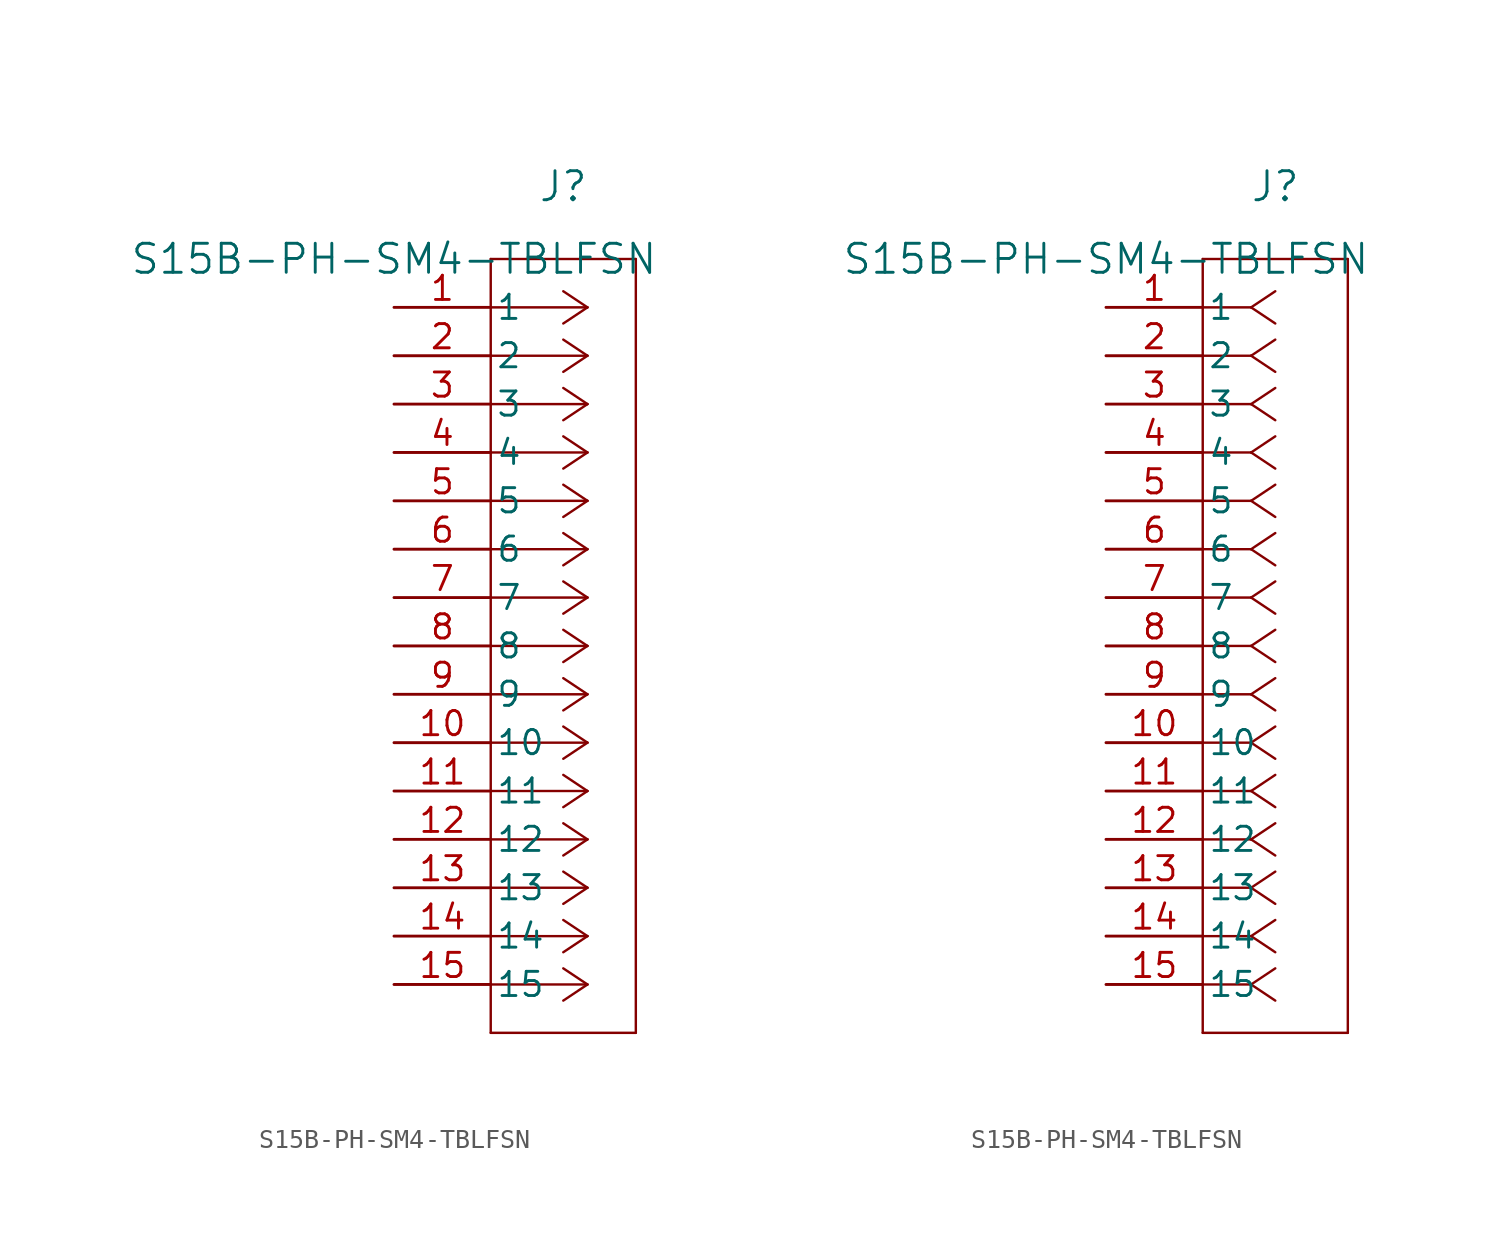
<source format=kicad_sym>
(kicad_symbol_lib
  (version 20220914)
  (generator kicad_symbol_editor)
  (symbol "S15B-PH-SM4-TBLFSN"
    (pin_names
      (offset 0.254))
    (property "Reference" "J"
      (at 8.89 6.35 0)
      (effects (font (size 1.524 1.524))))
    (property "Value" "S15B-PH-SM4-TBLFSN"
      (at 0 2.54 0)
      (effects (font (size 1.524 1.524))))
    (property "ki_locked" ""
      (at 0 0 0)
      (effects (font (size 1.27 1.27))))
    (symbol "S15B-PH-SM4-TBLFSN_1_1"
      (polyline (pts (xy 5.08 -38.1) (xy 12.7 -38.1)) (stroke (width 0.127) (type default)) (fill (type none)))
      (polyline (pts (xy 5.08 2.54) (xy 5.08 -38.1)) (stroke (width 0.127) (type default)) (fill (type none)))
      (polyline (pts (xy 10.16 -35.56) (xy 5.08 -35.56)) (stroke (width 0.127) (type default)) (fill (type none)))
      (polyline (pts (xy 10.16 -35.56) (xy 8.89 -36.407)) (stroke (width 0.127) (type default)) (fill (type none)))
      (polyline (pts (xy 10.16 -35.56) (xy 8.89 -34.713)) (stroke (width 0.127) (type default)) (fill (type none)))
      (polyline (pts (xy 10.16 -33.02) (xy 5.08 -33.02)) (stroke (width 0.127) (type default)) (fill (type none)))
      (polyline (pts (xy 10.16 -33.02) (xy 8.89 -33.867)) (stroke (width 0.127) (type default)) (fill (type none)))
      (polyline (pts (xy 10.16 -33.02) (xy 8.89 -32.173)) (stroke (width 0.127) (type default)) (fill (type none)))
      (polyline (pts (xy 10.16 -30.48) (xy 5.08 -30.48)) (stroke (width 0.127) (type default)) (fill (type none)))
      (polyline (pts (xy 10.16 -30.48) (xy 8.89 -31.327)) (stroke (width 0.127) (type default)) (fill (type none)))
      (polyline (pts (xy 10.16 -30.48) (xy 8.89 -29.633)) (stroke (width 0.127) (type default)) (fill (type none)))
      (polyline (pts (xy 10.16 -27.94) (xy 5.08 -27.94)) (stroke (width 0.127) (type default)) (fill (type none)))
      (polyline (pts (xy 10.16 -27.94) (xy 8.89 -28.787)) (stroke (width 0.127) (type default)) (fill (type none)))
      (polyline (pts (xy 10.16 -27.94) (xy 8.89 -27.093)) (stroke (width 0.127) (type default)) (fill (type none)))
      (polyline (pts (xy 10.16 -25.4) (xy 5.08 -25.4)) (stroke (width 0.127) (type default)) (fill (type none)))
      (polyline (pts (xy 10.16 -25.4) (xy 8.89 -26.247)) (stroke (width 0.127) (type default)) (fill (type none)))
      (polyline (pts (xy 10.16 -25.4) (xy 8.89 -24.553)) (stroke (width 0.127) (type default)) (fill (type none)))
      (polyline (pts (xy 10.16 -22.86) (xy 5.08 -22.86)) (stroke (width 0.127) (type default)) (fill (type none)))
      (polyline (pts (xy 10.16 -22.86) (xy 8.89 -23.707)) (stroke (width 0.127) (type default)) (fill (type none)))
      (polyline (pts (xy 10.16 -22.86) (xy 8.89 -22.013)) (stroke (width 0.127) (type default)) (fill (type none)))
      (polyline (pts (xy 10.16 -20.32) (xy 5.08 -20.32)) (stroke (width 0.127) (type default)) (fill (type none)))
      (polyline (pts (xy 10.16 -20.32) (xy 8.89 -21.167)) (stroke (width 0.127) (type default)) (fill (type none)))
      (polyline (pts (xy 10.16 -20.32) (xy 8.89 -19.473)) (stroke (width 0.127) (type default)) (fill (type none)))
      (polyline (pts (xy 10.16 -17.78) (xy 5.08 -17.78)) (stroke (width 0.127) (type default)) (fill (type none)))
      (polyline (pts (xy 10.16 -17.78) (xy 8.89 -18.627)) (stroke (width 0.127) (type default)) (fill (type none)))
      (polyline (pts (xy 10.16 -17.78) (xy 8.89 -16.933)) (stroke (width 0.127) (type default)) (fill (type none)))
      (polyline (pts (xy 10.16 -15.24) (xy 5.08 -15.24)) (stroke (width 0.127) (type default)) (fill (type none)))
      (polyline (pts (xy 10.16 -15.24) (xy 8.89 -16.087)) (stroke (width 0.127) (type default)) (fill (type none)))
      (polyline (pts (xy 10.16 -15.24) (xy 8.89 -14.393)) (stroke (width 0.127) (type default)) (fill (type none)))
      (polyline (pts (xy 10.16 -12.7) (xy 5.08 -12.7)) (stroke (width 0.127) (type default)) (fill (type none)))
      (polyline (pts (xy 10.16 -12.7) (xy 8.89 -13.547)) (stroke (width 0.127) (type default)) (fill (type none)))
      (polyline (pts (xy 10.16 -12.7) (xy 8.89 -11.853)) (stroke (width 0.127) (type default)) (fill (type none)))
      (polyline (pts (xy 10.16 -10.16) (xy 5.08 -10.16)) (stroke (width 0.127) (type default)) (fill (type none)))
      (polyline (pts (xy 10.16 -10.16) (xy 8.89 -11.007)) (stroke (width 0.127) (type default)) (fill (type none)))
      (polyline (pts (xy 10.16 -10.16) (xy 8.89 -9.313)) (stroke (width 0.127) (type default)) (fill (type none)))
      (polyline (pts (xy 10.16 -7.62) (xy 5.08 -7.62)) (stroke (width 0.127) (type default)) (fill (type none)))
      (polyline (pts (xy 10.16 -7.62) (xy 8.89 -8.467)) (stroke (width 0.127) (type default)) (fill (type none)))
      (polyline (pts (xy 10.16 -7.62) (xy 8.89 -6.773)) (stroke (width 0.127) (type default)) (fill (type none)))
      (polyline (pts (xy 10.16 -5.08) (xy 5.08 -5.08)) (stroke (width 0.127) (type default)) (fill (type none)))
      (polyline (pts (xy 10.16 -5.08) (xy 8.89 -5.927)) (stroke (width 0.127) (type default)) (fill (type none)))
      (polyline (pts (xy 10.16 -5.08) (xy 8.89 -4.233)) (stroke (width 0.127) (type default)) (fill (type none)))
      (polyline (pts (xy 10.16 -2.54) (xy 5.08 -2.54)) (stroke (width 0.127) (type default)) (fill (type none)))
      (polyline (pts (xy 10.16 -2.54) (xy 8.89 -3.387)) (stroke (width 0.127) (type default)) (fill (type none)))
      (polyline (pts (xy 10.16 -2.54) (xy 8.89 -1.693)) (stroke (width 0.127) (type default)) (fill (type none)))
      (polyline (pts (xy 10.16 0) (xy 5.08 0)) (stroke (width 0.127) (type default)) (fill (type none)))
      (polyline (pts (xy 10.16 0) (xy 8.89 -0.847)) (stroke (width 0.127) (type default)) (fill (type none)))
      (polyline (pts (xy 10.16 0) (xy 8.89 0.847)) (stroke (width 0.127) (type default)) (fill (type none)))
      (polyline (pts (xy 12.7 -38.1) (xy 12.7 2.54)) (stroke (width 0.127) (type default)) (fill (type none)))
      (polyline (pts (xy 12.7 2.54) (xy 5.08 2.54)) (stroke (width 0.127) (type default)) (fill (type none)))
      (pin unspecified line (at 0 0 0) (length 5.08) (name "1" (effects (font (size 1.27 1.27)))) (number "1" (effects (font (size 1.27 1.27)))))
      (pin unspecified line (at 0 -22.86 0) (length 5.08) (name "10" (effects (font (size 1.27 1.27)))) (number "10" (effects (font (size 1.27 1.27)))))
      (pin unspecified line (at 0 -25.4 0) (length 5.08) (name "11" (effects (font (size 1.27 1.27)))) (number "11" (effects (font (size 1.27 1.27)))))
      (pin unspecified line (at 0 -27.94 0) (length 5.08) (name "12" (effects (font (size 1.27 1.27)))) (number "12" (effects (font (size 1.27 1.27)))))
      (pin unspecified line (at 0 -30.48 0) (length 5.08) (name "13" (effects (font (size 1.27 1.27)))) (number "13" (effects (font (size 1.27 1.27)))))
      (pin unspecified line (at 0 -33.02 0) (length 5.08) (name "14" (effects (font (size 1.27 1.27)))) (number "14" (effects (font (size 1.27 1.27)))))
      (pin unspecified line (at 0 -35.56 0) (length 5.08) (name "15" (effects (font (size 1.27 1.27)))) (number "15" (effects (font (size 1.27 1.27)))))
      (pin unspecified line (at 0 -2.54 0) (length 5.08) (name "2" (effects (font (size 1.27 1.27)))) (number "2" (effects (font (size 1.27 1.27)))))
      (pin unspecified line (at 0 -5.08 0) (length 5.08) (name "3" (effects (font (size 1.27 1.27)))) (number "3" (effects (font (size 1.27 1.27)))))
      (pin unspecified line (at 0 -7.62 0) (length 5.08) (name "4" (effects (font (size 1.27 1.27)))) (number "4" (effects (font (size 1.27 1.27)))))
      (pin unspecified line (at 0 -10.16 0) (length 5.08) (name "5" (effects (font (size 1.27 1.27)))) (number "5" (effects (font (size 1.27 1.27)))))
      (pin unspecified line (at 0 -12.7 0) (length 5.08) (name "6" (effects (font (size 1.27 1.27)))) (number "6" (effects (font (size 1.27 1.27)))))
      (pin unspecified line (at 0 -15.24 0) (length 5.08) (name "7" (effects (font (size 1.27 1.27)))) (number "7" (effects (font (size 1.27 1.27)))))
      (pin unspecified line (at 0 -17.78 0) (length 5.08) (name "8" (effects (font (size 1.27 1.27)))) (number "8" (effects (font (size 1.27 1.27)))))
      (pin unspecified line (at 0 -20.32 0) (length 5.08) (name "9" (effects (font (size 1.27 1.27)))) (number "9" (effects (font (size 1.27 1.27))))))
    (symbol "S15B-PH-SM4-TBLFSN_1_2"
      (polyline (pts (xy 5.08 -38.1) (xy 12.7 -38.1)) (stroke (width 0.127) (type default)) (fill (type none)))
      (polyline (pts (xy 5.08 2.54) (xy 5.08 -38.1)) (stroke (width 0.127) (type default)) (fill (type none)))
      (polyline (pts (xy 7.62 -35.56) (xy 5.08 -35.56)) (stroke (width 0.127) (type default)) (fill (type none)))
      (polyline (pts (xy 7.62 -35.56) (xy 8.89 -36.407)) (stroke (width 0.127) (type default)) (fill (type none)))
      (polyline (pts (xy 7.62 -35.56) (xy 8.89 -34.713)) (stroke (width 0.127) (type default)) (fill (type none)))
      (polyline (pts (xy 7.62 -33.02) (xy 5.08 -33.02)) (stroke (width 0.127) (type default)) (fill (type none)))
      (polyline (pts (xy 7.62 -33.02) (xy 8.89 -33.867)) (stroke (width 0.127) (type default)) (fill (type none)))
      (polyline (pts (xy 7.62 -33.02) (xy 8.89 -32.173)) (stroke (width 0.127) (type default)) (fill (type none)))
      (polyline (pts (xy 7.62 -30.48) (xy 5.08 -30.48)) (stroke (width 0.127) (type default)) (fill (type none)))
      (polyline (pts (xy 7.62 -30.48) (xy 8.89 -31.327)) (stroke (width 0.127) (type default)) (fill (type none)))
      (polyline (pts (xy 7.62 -30.48) (xy 8.89 -29.633)) (stroke (width 0.127) (type default)) (fill (type none)))
      (polyline (pts (xy 7.62 -27.94) (xy 5.08 -27.94)) (stroke (width 0.127) (type default)) (fill (type none)))
      (polyline (pts (xy 7.62 -27.94) (xy 8.89 -28.787)) (stroke (width 0.127) (type default)) (fill (type none)))
      (polyline (pts (xy 7.62 -27.94) (xy 8.89 -27.093)) (stroke (width 0.127) (type default)) (fill (type none)))
      (polyline (pts (xy 7.62 -25.4) (xy 5.08 -25.4)) (stroke (width 0.127) (type default)) (fill (type none)))
      (polyline (pts (xy 7.62 -25.4) (xy 8.89 -26.247)) (stroke (width 0.127) (type default)) (fill (type none)))
      (polyline (pts (xy 7.62 -25.4) (xy 8.89 -24.553)) (stroke (width 0.127) (type default)) (fill (type none)))
      (polyline (pts (xy 7.62 -22.86) (xy 5.08 -22.86)) (stroke (width 0.127) (type default)) (fill (type none)))
      (polyline (pts (xy 7.62 -22.86) (xy 8.89 -23.707)) (stroke (width 0.127) (type default)) (fill (type none)))
      (polyline (pts (xy 7.62 -22.86) (xy 8.89 -22.013)) (stroke (width 0.127) (type default)) (fill (type none)))
      (polyline (pts (xy 7.62 -20.32) (xy 5.08 -20.32)) (stroke (width 0.127) (type default)) (fill (type none)))
      (polyline (pts (xy 7.62 -20.32) (xy 8.89 -21.167)) (stroke (width 0.127) (type default)) (fill (type none)))
      (polyline (pts (xy 7.62 -20.32) (xy 8.89 -19.473)) (stroke (width 0.127) (type default)) (fill (type none)))
      (polyline (pts (xy 7.62 -17.78) (xy 5.08 -17.78)) (stroke (width 0.127) (type default)) (fill (type none)))
      (polyline (pts (xy 7.62 -17.78) (xy 8.89 -18.627)) (stroke (width 0.127) (type default)) (fill (type none)))
      (polyline (pts (xy 7.62 -17.78) (xy 8.89 -16.933)) (stroke (width 0.127) (type default)) (fill (type none)))
      (polyline (pts (xy 7.62 -15.24) (xy 5.08 -15.24)) (stroke (width 0.127) (type default)) (fill (type none)))
      (polyline (pts (xy 7.62 -15.24) (xy 8.89 -16.087)) (stroke (width 0.127) (type default)) (fill (type none)))
      (polyline (pts (xy 7.62 -15.24) (xy 8.89 -14.393)) (stroke (width 0.127) (type default)) (fill (type none)))
      (polyline (pts (xy 7.62 -12.7) (xy 5.08 -12.7)) (stroke (width 0.127) (type default)) (fill (type none)))
      (polyline (pts (xy 7.62 -12.7) (xy 8.89 -13.547)) (stroke (width 0.127) (type default)) (fill (type none)))
      (polyline (pts (xy 7.62 -12.7) (xy 8.89 -11.853)) (stroke (width 0.127) (type default)) (fill (type none)))
      (polyline (pts (xy 7.62 -10.16) (xy 5.08 -10.16)) (stroke (width 0.127) (type default)) (fill (type none)))
      (polyline (pts (xy 7.62 -10.16) (xy 8.89 -11.007)) (stroke (width 0.127) (type default)) (fill (type none)))
      (polyline (pts (xy 7.62 -10.16) (xy 8.89 -9.313)) (stroke (width 0.127) (type default)) (fill (type none)))
      (polyline (pts (xy 7.62 -7.62) (xy 5.08 -7.62)) (stroke (width 0.127) (type default)) (fill (type none)))
      (polyline (pts (xy 7.62 -7.62) (xy 8.89 -8.467)) (stroke (width 0.127) (type default)) (fill (type none)))
      (polyline (pts (xy 7.62 -7.62) (xy 8.89 -6.773)) (stroke (width 0.127) (type default)) (fill (type none)))
      (polyline (pts (xy 7.62 -5.08) (xy 5.08 -5.08)) (stroke (width 0.127) (type default)) (fill (type none)))
      (polyline (pts (xy 7.62 -5.08) (xy 8.89 -5.927)) (stroke (width 0.127) (type default)) (fill (type none)))
      (polyline (pts (xy 7.62 -5.08) (xy 8.89 -4.233)) (stroke (width 0.127) (type default)) (fill (type none)))
      (polyline (pts (xy 7.62 -2.54) (xy 5.08 -2.54)) (stroke (width 0.127) (type default)) (fill (type none)))
      (polyline (pts (xy 7.62 -2.54) (xy 8.89 -3.387)) (stroke (width 0.127) (type default)) (fill (type none)))
      (polyline (pts (xy 7.62 -2.54) (xy 8.89 -1.693)) (stroke (width 0.127) (type default)) (fill (type none)))
      (polyline (pts (xy 7.62 0) (xy 5.08 0)) (stroke (width 0.127) (type default)) (fill (type none)))
      (polyline (pts (xy 7.62 0) (xy 8.89 -0.847)) (stroke (width 0.127) (type default)) (fill (type none)))
      (polyline (pts (xy 7.62 0) (xy 8.89 0.847)) (stroke (width 0.127) (type default)) (fill (type none)))
      (polyline (pts (xy 12.7 -38.1) (xy 12.7 2.54)) (stroke (width 0.127) (type default)) (fill (type none)))
      (polyline (pts (xy 12.7 2.54) (xy 5.08 2.54)) (stroke (width 0.127) (type default)) (fill (type none)))
      (pin unspecified line (at 0 0 0) (length 5.08) (name "1" (effects (font (size 1.27 1.27)))) (number "1" (effects (font (size 1.27 1.27)))))
      (pin unspecified line (at 0 -22.86 0) (length 5.08) (name "10" (effects (font (size 1.27 1.27)))) (number "10" (effects (font (size 1.27 1.27)))))
      (pin unspecified line (at 0 -25.4 0) (length 5.08) (name "11" (effects (font (size 1.27 1.27)))) (number "11" (effects (font (size 1.27 1.27)))))
      (pin unspecified line (at 0 -27.94 0) (length 5.08) (name "12" (effects (font (size 1.27 1.27)))) (number "12" (effects (font (size 1.27 1.27)))))
      (pin unspecified line (at 0 -30.48 0) (length 5.08) (name "13" (effects (font (size 1.27 1.27)))) (number "13" (effects (font (size 1.27 1.27)))))
      (pin unspecified line (at 0 -33.02 0) (length 5.08) (name "14" (effects (font (size 1.27 1.27)))) (number "14" (effects (font (size 1.27 1.27)))))
      (pin unspecified line (at 0 -35.56 0) (length 5.08) (name "15" (effects (font (size 1.27 1.27)))) (number "15" (effects (font (size 1.27 1.27)))))
      (pin unspecified line (at 0 -2.54 0) (length 5.08) (name "2" (effects (font (size 1.27 1.27)))) (number "2" (effects (font (size 1.27 1.27)))))
      (pin unspecified line (at 0 -5.08 0) (length 5.08) (name "3" (effects (font (size 1.27 1.27)))) (number "3" (effects (font (size 1.27 1.27)))))
      (pin unspecified line (at 0 -7.62 0) (length 5.08) (name "4" (effects (font (size 1.27 1.27)))) (number "4" (effects (font (size 1.27 1.27)))))
      (pin unspecified line (at 0 -10.16 0) (length 5.08) (name "5" (effects (font (size 1.27 1.27)))) (number "5" (effects (font (size 1.27 1.27)))))
      (pin unspecified line (at 0 -12.7 0) (length 5.08) (name "6" (effects (font (size 1.27 1.27)))) (number "6" (effects (font (size 1.27 1.27)))))
      (pin unspecified line (at 0 -15.24 0) (length 5.08) (name "7" (effects (font (size 1.27 1.27)))) (number "7" (effects (font (size 1.27 1.27)))))
      (pin unspecified line (at 0 -17.78 0) (length 5.08) (name "8" (effects (font (size 1.27 1.27)))) (number "8" (effects (font (size 1.27 1.27)))))
      (pin unspecified line (at 0 -20.32 0) (length 5.08) (name "9" (effects (font (size 1.27 1.27)))) (number "9" (effects (font (size 1.27 1.27))))))))
</source>
